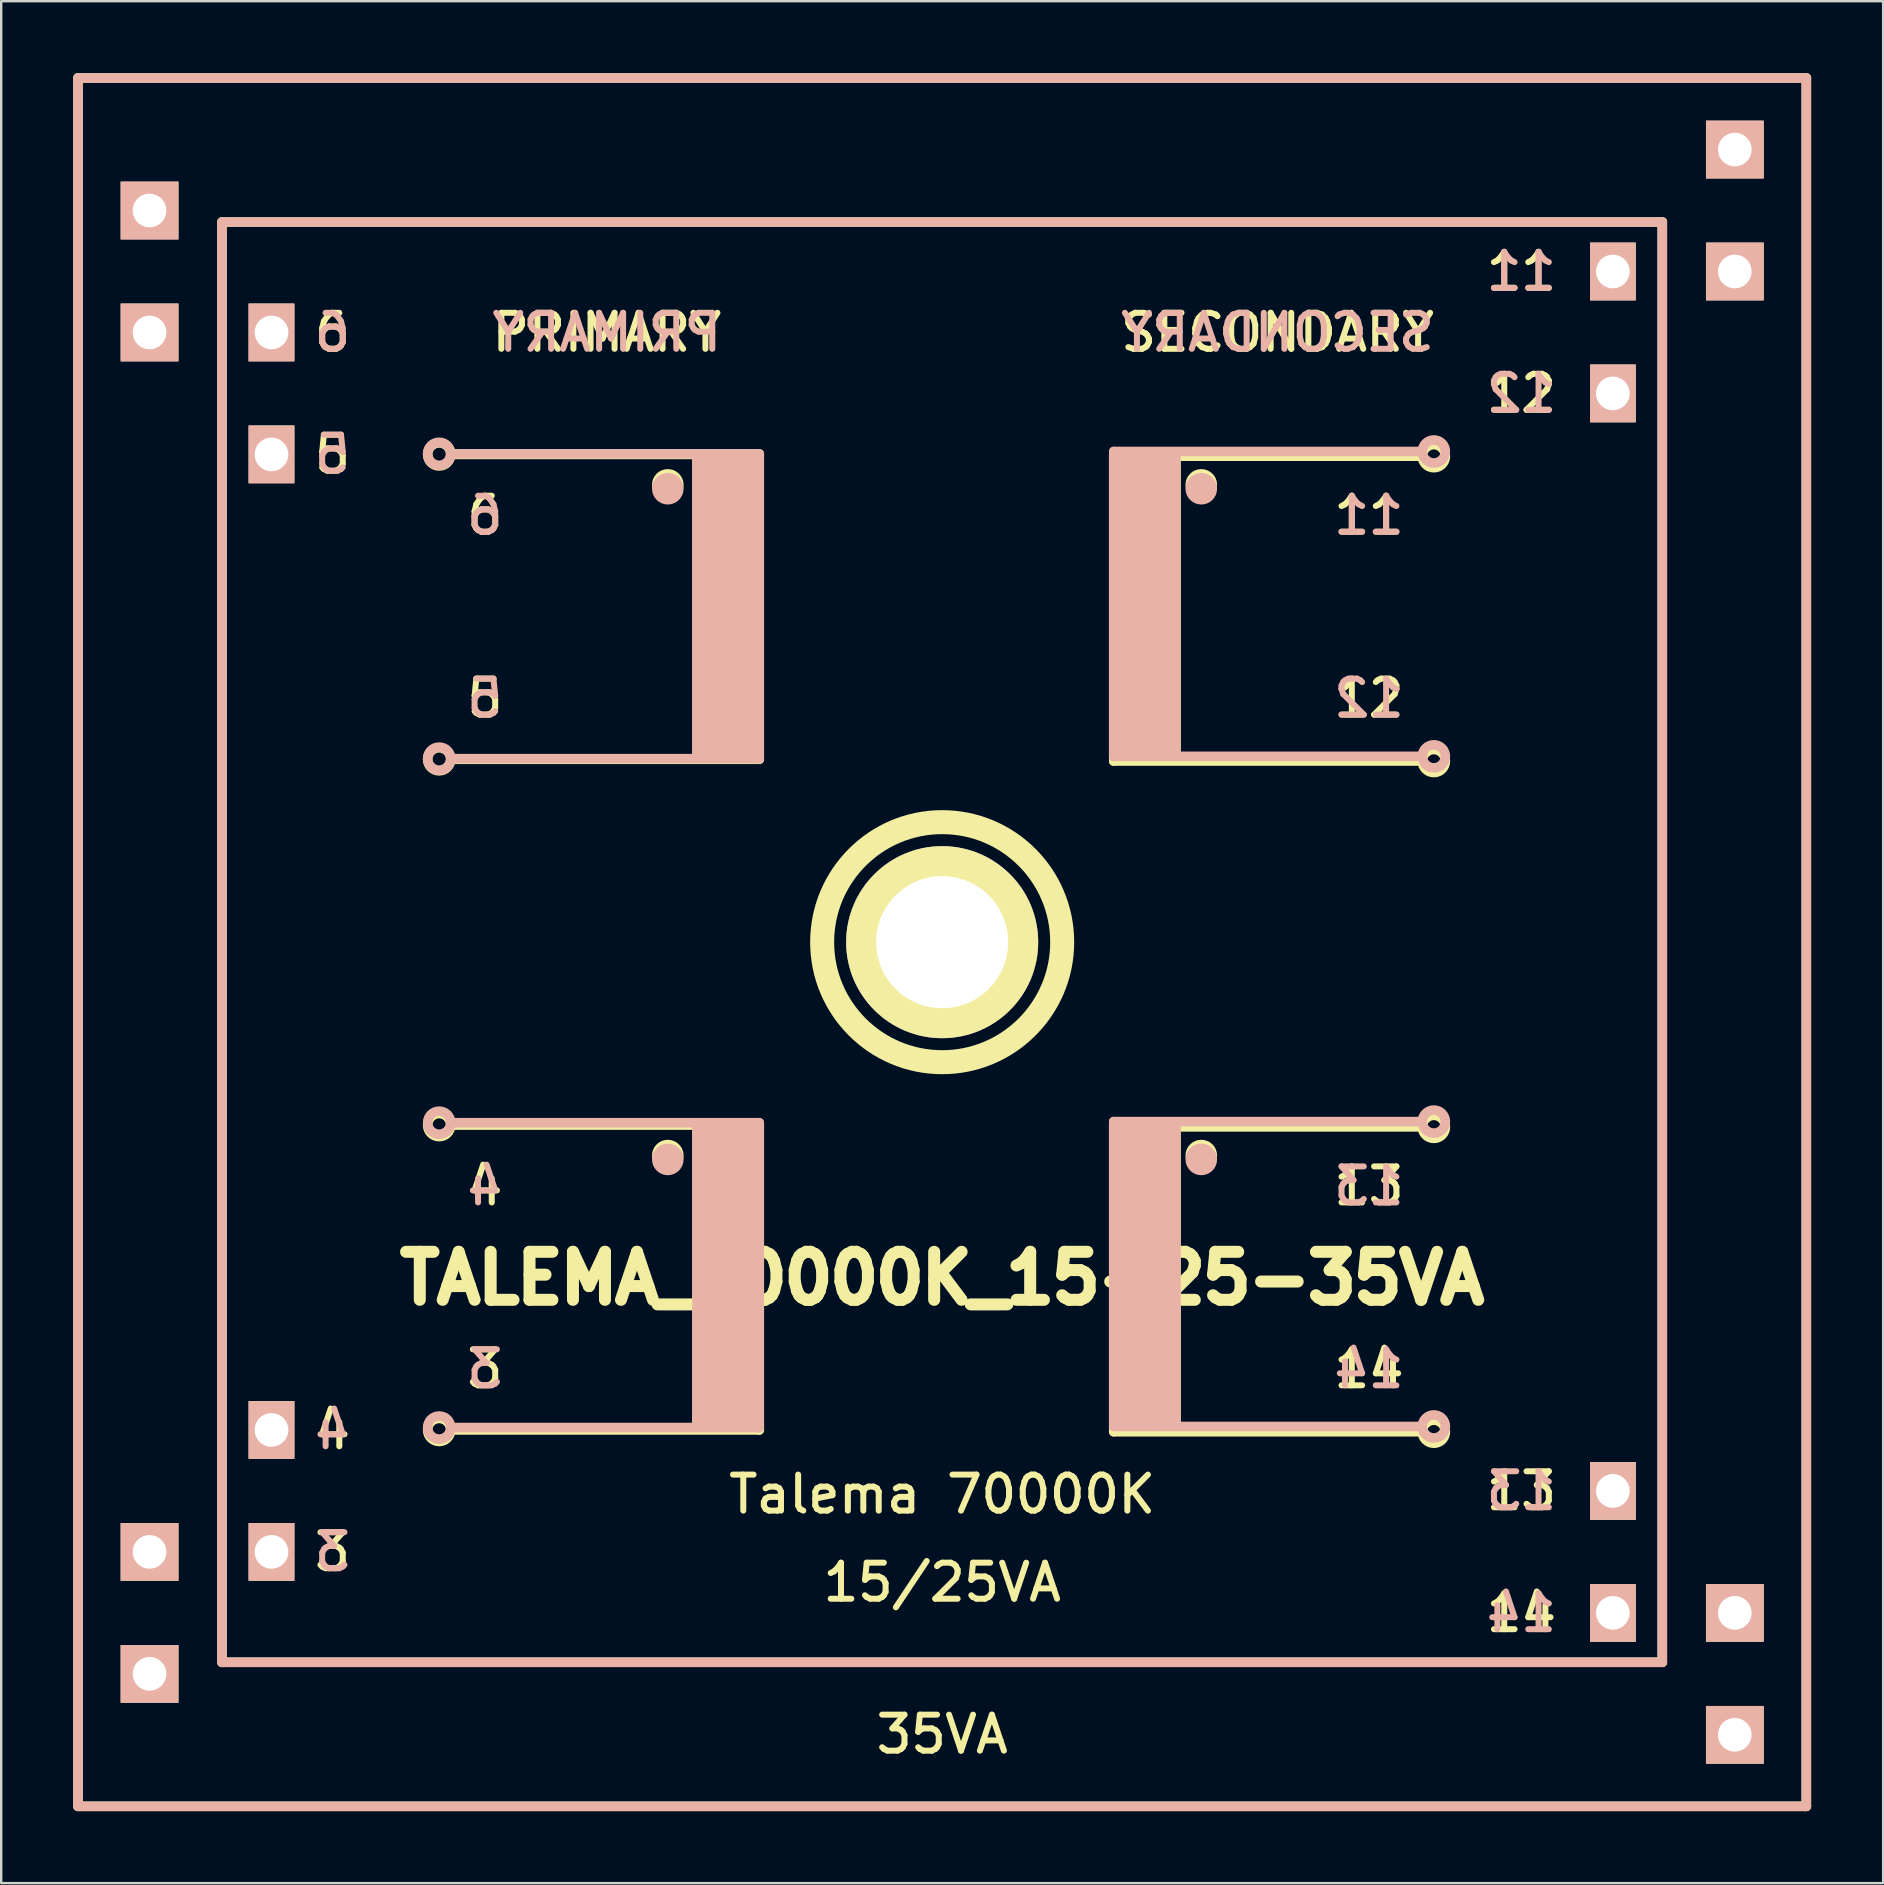
<source format=kicad_pcb>
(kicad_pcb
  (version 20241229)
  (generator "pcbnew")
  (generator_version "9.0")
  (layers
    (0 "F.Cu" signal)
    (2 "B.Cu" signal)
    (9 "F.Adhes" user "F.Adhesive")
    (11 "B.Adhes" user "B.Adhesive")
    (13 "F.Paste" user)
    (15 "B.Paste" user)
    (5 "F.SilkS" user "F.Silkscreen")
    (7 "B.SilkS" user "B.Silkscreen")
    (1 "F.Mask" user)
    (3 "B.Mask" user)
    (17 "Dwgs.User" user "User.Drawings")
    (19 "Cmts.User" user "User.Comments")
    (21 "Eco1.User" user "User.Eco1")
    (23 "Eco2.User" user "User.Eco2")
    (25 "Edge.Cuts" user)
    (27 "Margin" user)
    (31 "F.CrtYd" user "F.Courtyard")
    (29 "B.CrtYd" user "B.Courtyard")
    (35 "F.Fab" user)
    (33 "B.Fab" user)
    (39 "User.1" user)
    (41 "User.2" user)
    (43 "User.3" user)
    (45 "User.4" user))
  (footprint "TALEMA_70000K_15-25-35VA"
    (layer "F.Cu")
    (at 36.2 36.2)
    (property "Reference" "TALEMA_70000K_15-25-35VA" (at 0 14 0) (layer "F.SilkS") (effects (font (size 2 2) (thickness 0.5))))
    (attr through_hole)
    (fp_line (start -36 -36) (end 36 -36) (stroke (width 0.4) (type solid)) (layer "F.SilkS"))
    (fp_line (start -36 36) (end -36 -36) (stroke (width 0.4) (type solid)) (layer "F.SilkS"))
    (fp_line (start -30 -30) (end 30 -30) (stroke (width 0.4) (type solid)) (layer "F.SilkS"))
    (fp_line (start -30 30) (end -30 -30) (stroke (width 0.4) (type solid)) (layer "F.SilkS"))
    (fp_line (start -20.32 -20.32) (end -7.62 -20.32) (stroke (width 0.4) (type solid)) (layer "F.SilkS"))
    (fp_line (start -20.32 7.62) (end -7.62 7.62) (stroke (width 0.4) (type solid)) (layer "F.SilkS"))
    (fp_line (start -11.43 -19.304) (end -11.43 -18.796) (stroke (width 0.4) (type solid)) (layer "F.SilkS"))
    (fp_line (start -11.43 8.636) (end -11.43 9.144) (stroke (width 0.4) (type solid)) (layer "F.SilkS"))
    (fp_line (start -10.287 -20.32) (end -10.287 -7.62) (stroke (width 0.25) (type solid)) (layer "F.SilkS"))
    (fp_line (start -10.287 7.62) (end -10.287 20.32) (stroke (width 0.25) (type solid)) (layer "F.SilkS"))
    (fp_line (start -9.525 -19.685) (end -9.525 -8.255) (stroke (width 1.57) (type solid)) (layer "F.SilkS"))
    (fp_line (start -9.525 8.255) (end -9.525 19.685) (stroke (width 1.57) (type solid)) (layer "F.SilkS"))
    (fp_line (start -8.255 -19.685) (end -8.255 -8.255) (stroke (width 1.57) (type solid)) (layer "F.SilkS"))
    (fp_line (start -8.255 8.255) (end -8.255 19.685) (stroke (width 1.57) (type solid)) (layer "F.SilkS"))
    (fp_line (start -7.62 -20.32) (end -7.62 -7.62) (stroke (width 0.4) (type solid)) (layer "F.SilkS"))
    (fp_line (start -7.62 -7.62) (end -20.32 -7.62) (stroke (width 0.4) (type solid)) (layer "F.SilkS"))
    (fp_line (start -7.62 7.62) (end -7.62 20.32) (stroke (width 0.4) (type solid)) (layer "F.SilkS"))
    (fp_line (start -7.62 20.32) (end -20.32 20.32) (stroke (width 0.4) (type solid)) (layer "F.SilkS"))
    (fp_line (start 7.148 -20.246) (end 19.848 -20.246) (stroke (width 0.4) (type solid)) (layer "F.SilkS"))
    (fp_line (start 7.148 -7.546) (end 7.148 -20.246) (stroke (width 0.4) (type solid)) (layer "F.SilkS"))
    (fp_line (start 7.148 7.694) (end 19.848 7.694) (stroke (width 0.4) (type solid)) (layer "F.SilkS"))
    (fp_line (start 7.148 20.394) (end 7.148 7.694) (stroke (width 0.4) (type solid)) (layer "F.SilkS"))
    (fp_line (start 7.783 -8.181) (end 7.783 -19.611) (stroke (width 1.57) (type solid)) (layer "F.SilkS"))
    (fp_line (start 7.783 19.759) (end 7.783 8.329) (stroke (width 1.57) (type solid)) (layer "F.SilkS"))
    (fp_line (start 9.053 -8.181) (end 9.053 -19.611) (stroke (width 1.57) (type solid)) (layer "F.SilkS"))
    (fp_line (start 9.053 19.759) (end 9.053 8.329) (stroke (width 1.57) (type solid)) (layer "F.SilkS"))
    (fp_line (start 9.815 -7.546) (end 9.815 -20.246) (stroke (width 0.25) (type solid)) (layer "F.SilkS"))
    (fp_line (start 9.815 20.394) (end 9.815 7.694) (stroke (width 0.25) (type solid)) (layer "F.SilkS"))
    (fp_line (start 10.795 -19.304) (end 10.795 -18.796) (stroke (width 0.4) (type solid)) (layer "F.SilkS"))
    (fp_line (start 10.795 8.636) (end 10.795 9.144) (stroke (width 0.4) (type solid)) (layer "F.SilkS"))
    (fp_line (start 19.848 -7.546) (end 7.148 -7.546) (stroke (width 0.4) (type solid)) (layer "F.SilkS"))
    (fp_line (start 19.848 20.394) (end 7.148 20.394) (stroke (width 0.4) (type solid)) (layer "F.SilkS"))
    (fp_line (start 30 -30) (end 30 30) (stroke (width 0.4) (type solid)) (layer "F.SilkS"))
    (fp_line (start 30 30) (end -30 30) (stroke (width 0.4) (type solid)) (layer "F.SilkS"))
    (fp_line (start 36 -36) (end 36 36) (stroke (width 0.4) (type solid)) (layer "F.SilkS"))
    (fp_line (start 36 36) (end -36 36) (stroke (width 0.4) (type solid)) (layer "F.SilkS"))
    (fp_circle (center -20.955 -20.32) (end -20.935 -20.8) (stroke (width 0.4) (type solid)) (fill no) (layer "F.SilkS"))
    (fp_circle (center -20.955 -7.62) (end -20.935 -8.1) (stroke (width 0.4) (type solid)) (fill no) (layer "F.SilkS"))
    (fp_circle (center -20.955 7.62) (end -20.935 7.14) (stroke (width 0.4) (type solid)) (fill no) (layer "F.SilkS"))
    (fp_circle (center -20.955 20.32) (end -20.935 19.84) (stroke (width 0.4) (type solid)) (fill no) (layer "F.SilkS"))
    (fp_circle (center -11.43 -19.05) (end -11.176 -19.05) (stroke (width 0.3) (type solid)) (fill no) (layer "F.SilkS"))
    (fp_circle (center -11.43 -19.05) (end -10.922 -19.05) (stroke (width 0.3) (type solid)) (fill no) (layer "F.SilkS"))
    (fp_circle (center -11.43 8.89) (end -11.176 8.89) (stroke (width 0.3) (type solid)) (fill no) (layer "F.SilkS"))
    (fp_circle (center -11.43 8.89) (end -10.922 8.89) (stroke (width 0.3) (type solid)) (fill no) (layer "F.SilkS"))
    (fp_circle (center 0 0) (end 0 -5) (stroke (width 1) (type solid)) (fill no) (layer "F.SilkS"))
    (fp_circle (center 10.795 -19.05) (end 11.049 -19.05) (stroke (width 0.3) (type solid)) (fill no) (layer "F.SilkS"))
    (fp_circle (center 10.795 -19.05) (end 11.303 -19.05) (stroke (width 0.3) (type solid)) (fill no) (layer "F.SilkS"))
    (fp_circle (center 10.795 8.89) (end 11.049 8.89) (stroke (width 0.3) (type solid)) (fill no) (layer "F.SilkS"))
    (fp_circle (center 10.795 8.89) (end 11.303 8.89) (stroke (width 0.3) (type solid)) (fill no) (layer "F.SilkS"))
    (fp_circle (center 20.483 -20.246) (end 20.463 -19.766) (stroke (width 0.4) (type solid)) (fill no) (layer "F.SilkS"))
    (fp_circle (center 20.483 -7.546) (end 20.463 -7.066) (stroke (width 0.4) (type solid)) (fill no) (layer "F.SilkS"))
    (fp_circle (center 20.483 7.694) (end 20.463 8.174) (stroke (width 0.4) (type solid)) (fill no) (layer "F.SilkS"))
    (fp_circle (center 20.483 20.394) (end 20.463 20.874) (stroke (width 0.4) (type solid)) (fill no) (layer "F.SilkS"))
    (fp_line (start -36 -36) (end 36 -36) (stroke (width 0.4) (type solid)) (layer "B.SilkS"))
    (fp_line (start -36 36) (end -36 -36) (stroke (width 0.4) (type solid)) (layer "B.SilkS"))
    (fp_line (start -30 -30) (end 30 -30) (stroke (width 0.4) (type solid)) (layer "B.SilkS"))
    (fp_line (start -30 30) (end -30 -30) (stroke (width 0.4) (type solid)) (layer "B.SilkS"))
    (fp_line (start -20.32 -7.645) (end -7.62 -7.645) (stroke (width 0.4) (type solid)) (layer "B.SilkS"))
    (fp_line (start -20.32 20.221) (end -7.62 20.221) (stroke (width 0.4) (type solid)) (layer "B.SilkS"))
    (fp_line (start -11.43 -18.636) (end -11.43 -19.144) (stroke (width 0.4) (type solid)) (layer "B.SilkS"))
    (fp_line (start -11.43 9.304) (end -11.43 8.796) (stroke (width 0.4) (type solid)) (layer "B.SilkS"))
    (fp_line (start -10.287 -7.645) (end -10.287 -20.345) (stroke (width 0.25) (type solid)) (layer "B.SilkS"))
    (fp_line (start -10.287 20.221) (end -10.287 7.521) (stroke (width 0.25) (type solid)) (layer "B.SilkS"))
    (fp_line (start -9.525 -8.28) (end -9.525 -19.71) (stroke (width 1.57) (type solid)) (layer "B.SilkS"))
    (fp_line (start -9.525 19.586) (end -9.525 8.156) (stroke (width 1.57) (type solid)) (layer "B.SilkS"))
    (fp_line (start -8.255 -8.28) (end -8.255 -19.71) (stroke (width 1.57) (type solid)) (layer "B.SilkS"))
    (fp_line (start -8.255 19.586) (end -8.255 8.156) (stroke (width 1.57) (type solid)) (layer "B.SilkS"))
    (fp_line (start -7.62 -20.345) (end -20.32 -20.345) (stroke (width 0.4) (type solid)) (layer "B.SilkS"))
    (fp_line (start -7.62 -7.645) (end -7.62 -20.345) (stroke (width 0.4) (type solid)) (layer "B.SilkS"))
    (fp_line (start -7.62 7.521) (end -20.32 7.521) (stroke (width 0.4) (type solid)) (layer "B.SilkS"))
    (fp_line (start -7.62 20.221) (end -7.62 7.521) (stroke (width 0.4) (type solid)) (layer "B.SilkS"))
    (fp_line (start 7.148 -20.441) (end 7.148 -7.741) (stroke (width 0.4) (type solid)) (layer "B.SilkS"))
    (fp_line (start 7.148 -7.741) (end 19.848 -7.741) (stroke (width 0.4) (type solid)) (layer "B.SilkS"))
    (fp_line (start 7.148 7.475) (end 7.148 20.175) (stroke (width 0.4) (type solid)) (layer "B.SilkS"))
    (fp_line (start 7.148 20.175) (end 19.848 20.175) (stroke (width 0.4) (type solid)) (layer "B.SilkS"))
    (fp_line (start 7.783 -19.806) (end 7.783 -8.376) (stroke (width 1.57) (type solid)) (layer "B.SilkS"))
    (fp_line (start 7.783 8.11) (end 7.783 19.54) (stroke (width 1.57) (type solid)) (layer "B.SilkS"))
    (fp_line (start 9.053 -19.806) (end 9.053 -8.376) (stroke (width 1.57) (type solid)) (layer "B.SilkS"))
    (fp_line (start 9.053 8.11) (end 9.053 19.54) (stroke (width 1.57) (type solid)) (layer "B.SilkS"))
    (fp_line (start 9.815 -20.441) (end 9.815 -7.741) (stroke (width 0.25) (type solid)) (layer "B.SilkS"))
    (fp_line (start 9.815 7.475) (end 9.815 20.175) (stroke (width 0.25) (type solid)) (layer "B.SilkS"))
    (fp_line (start 10.795 -18.636) (end 10.795 -19.144) (stroke (width 0.4) (type solid)) (layer "B.SilkS"))
    (fp_line (start 10.795 9.304) (end 10.795 8.796) (stroke (width 0.4) (type solid)) (layer "B.SilkS"))
    (fp_line (start 19.848 -20.441) (end 7.148 -20.441) (stroke (width 0.4) (type solid)) (layer "B.SilkS"))
    (fp_line (start 19.848 7.475) (end 7.148 7.475) (stroke (width 0.4) (type solid)) (layer "B.SilkS"))
    (fp_line (start 30 30) (end -30 30) (stroke (width 0.4) (type solid)) (layer "B.SilkS"))
    (fp_line (start 30 30) (end 30 -30) (stroke (width 0.4) (type solid)) (layer "B.SilkS"))
    (fp_line (start 36 -36) (end 36 36) (stroke (width 0.4) (type solid)) (layer "B.SilkS"))
    (fp_line (start 36 36) (end -36 36) (stroke (width 0.4) (type solid)) (layer "B.SilkS"))
    (fp_circle (center -20.955 -20.345) (end -20.935 -19.865) (stroke (width 0.4) (type solid)) (fill no) (layer "B.SilkS"))
    (fp_circle (center -20.955 -7.645) (end -20.935 -7.165) (stroke (width 0.4) (type solid)) (fill no) (layer "B.SilkS"))
    (fp_circle (center -20.955 7.521) (end -20.935 8.001) (stroke (width 0.4) (type solid)) (fill no) (layer "B.SilkS"))
    (fp_circle (center -20.955 20.221) (end -20.935 20.701) (stroke (width 0.4) (type solid)) (fill no) (layer "B.SilkS"))
    (fp_circle (center -11.43 -18.89) (end -11.176 -18.89) (stroke (width 0.3) (type solid)) (fill no) (layer "B.SilkS"))
    (fp_circle (center -11.43 -18.89) (end -10.922 -18.89) (stroke (width 0.3) (type solid)) (fill no) (layer "B.SilkS"))
    (fp_circle (center -11.43 9.05) (end -11.176 9.05) (stroke (width 0.3) (type solid)) (fill no) (layer "B.SilkS"))
    (fp_circle (center -11.43 9.05) (end -10.922 9.05) (stroke (width 0.3) (type solid)) (fill no) (layer "B.SilkS"))
    (fp_circle (center 10.795 -18.89) (end 11.049 -18.89) (stroke (width 0.3) (type solid)) (fill no) (layer "B.SilkS"))
    (fp_circle (center 10.795 -18.89) (end 11.303 -18.89) (stroke (width 0.3) (type solid)) (fill no) (layer "B.SilkS"))
    (fp_circle (center 10.795 9.05) (end 11.049 9.05) (stroke (width 0.3) (type solid)) (fill no) (layer "B.SilkS"))
    (fp_circle (center 10.795 9.05) (end 11.303 9.05) (stroke (width 0.3) (type solid)) (fill no) (layer "B.SilkS"))
    (fp_circle (center 20.483 -20.441) (end 20.463 -20.921) (stroke (width 0.4) (type solid)) (fill no) (layer "B.SilkS"))
    (fp_circle (center 20.483 -7.741) (end 20.463 -8.221) (stroke (width 0.4) (type solid)) (fill no) (layer "B.SilkS"))
    (fp_circle (center 20.483 7.475) (end 20.463 6.995) (stroke (width 0.4) (type solid)) (fill no) (layer "B.SilkS"))
    (fp_circle (center 20.483 20.175) (end 20.463 19.695) (stroke (width 0.4) (type solid)) (fill no) (layer "B.SilkS"))
    (fp_text user "Talema 70000K" (at 0 23 0) (layer "F.SilkS") (effects (font (size 1.5 1.5) (thickness 0.25))))
    (fp_text user "11" (at 24.13 -27.94 0) (layer "F.SilkS") (effects (font (size 1.5 1.5) (thickness 0.25))))
    (fp_text user "PRIMARY" (at -13.97 -25.4 0) (layer "F.SilkS") (effects (font (size 1.5 1.5) (thickness 0.25))))
    (fp_text user "5" (at -25.4 -20.32 0) (layer "F.SilkS") (effects (font (size 1.5 1.5) (thickness 0.25))))
    (fp_text user "4" (at -25.4 20.32 0) (layer "F.SilkS") (effects (font (size 1.5 1.5) (thickness 0.25))))
    (fp_text user "5" (at -19.05 -10.16 0) (layer "F.SilkS") (effects (font (size 1.5 1.5) (thickness 0.25))))
    (fp_text user "13" (at 17.78 10.16 0) (layer "F.SilkS") (effects (font (size 1.5 1.5) (thickness 0.25))))
    (fp_text user "14" (at 24.13 27.94 0) (layer "F.SilkS") (effects (font (size 1.5 1.5) (thickness 0.25))))
    (fp_text user "6" (at -25.4 -25.4 0) (layer "F.SilkS") (effects (font (size 1.5 1.5) (thickness 0.25))))
    (fp_text user "13" (at 24.13 22.86 0) (layer "F.SilkS") (effects (font (size 1.5 1.5) (thickness 0.25))))
    (fp_text user "4" (at -19.05 10.16 0) (layer "F.SilkS") (effects (font (size 1.5 1.5) (thickness 0.25))))
    (fp_text user "6" (at -19.05 -17.78 0) (layer "F.SilkS") (effects (font (size 1.5 1.5) (thickness 0.25))))
    (fp_text user "SECONDARY" (at 13.97 -25.4 0) (layer "F.SilkS") (effects (font (size 1.5 1.5) (thickness 0.25))))
    (fp_text user "11" (at 17.78 -17.78 0) (layer "F.SilkS") (effects (font (size 1.5 1.5) (thickness 0.25))))
    (fp_text user "12" (at 17.78 -10.16 0) (layer "F.SilkS") (effects (font (size 1.5 1.5) (thickness 0.25))))
    (fp_text user "12" (at 24.13 -22.86 0) (layer "F.SilkS") (effects (font (size 1.5 1.5) (thickness 0.25))))
    (fp_text user "3" (at -25.4 25.4 0) (layer "F.SilkS") (effects (font (size 1.5 1.5) (thickness 0.25))))
    (fp_text user "3" (at -19.05 17.78 0) (layer "F.SilkS") (effects (font (size 1.5 1.5) (thickness 0.25))))
    (fp_text user "15/25VA" (at 0 26.67 0) (layer "F.SilkS") (effects (font (size 1.5 1.5) (thickness 0.25))))
    (fp_text user "14" (at 17.78 17.78 0) (layer "F.SilkS") (effects (font (size 1.5 1.5) (thickness 0.25))))
    (fp_text user "35VA" (at 0 33 0) (layer "F.SilkS") (effects (font (size 1.5 1.5) (thickness 0.25))))
    (fp_text user "3" (at -19.05 17.78 0) (layer "B.SilkS") (effects (font (size 1.5 1.5) (thickness 0.25)) (justify mirror)))
    (fp_text user "4" (at -25.4 20.32 0) (layer "B.SilkS") (effects (font (size 1.5 1.5) (thickness 0.25)) (justify mirror)))
    (fp_text user "6" (at -25.4 -25.4 0) (layer "B.SilkS") (effects (font (size 1.5 1.5) (thickness 0.25)) (justify mirror)))
    (fp_text user "13" (at 17.78 10.16 0) (layer "B.SilkS") (effects (font (size 1.5 1.5) (thickness 0.25)) (justify mirror)))
    (fp_text user "PRIMARY" (at -13.97 -25.4 0) (layer "B.SilkS") (effects (font (size 1.5 1.5) (thickness 0.25)) (justify mirror)))
    (fp_text user "11" (at 24.13 -27.94 0) (layer "B.SilkS") (effects (font (size 1.5 1.5) (thickness 0.25)) (justify mirror)))
    (fp_text user "11" (at 17.78 -17.78 0) (layer "B.SilkS") (effects (font (size 1.5 1.5) (thickness 0.25)) (justify mirror)))
    (fp_text user "13" (at 24.13 22.86 0) (layer "B.SilkS") (effects (font (size 1.5 1.5) (thickness 0.25)) (justify mirror)))
    (fp_text user "4" (at -19.05 10.16 0) (layer "B.SilkS") (effects (font (size 1.5 1.5) (thickness 0.25)) (justify mirror)))
    (fp_text user "5" (at -25.4 -20.32 0) (layer "B.SilkS") (effects (font (size 1.5 1.5) (thickness 0.25)) (justify mirror)))
    (fp_text user "5" (at -19.05 -10.16 0) (layer "B.SilkS") (effects (font (size 1.5 1.5) (thickness 0.25)) (justify mirror)))
    (fp_text user "14" (at 17.78 17.78 0) (layer "B.SilkS") (effects (font (size 1.5 1.5) (thickness 0.25)) (justify mirror)))
    (fp_text user "12" (at 24.13 -22.86 0) (layer "B.SilkS") (effects (font (size 1.5 1.5) (thickness 0.25)) (justify mirror)))
    (fp_text user "12" (at 17.78 -10.16 0) (layer "B.SilkS") (effects (font (size 1.5 1.5) (thickness 0.25)) (justify mirror)))
    (fp_text user "3" (at -25.4 25.4 0) (layer "B.SilkS") (effects (font (size 1.5 1.5) (thickness 0.25)) (justify mirror)))
    (fp_text user "6" (at -19.05 -17.78 0) (layer "B.SilkS") (effects (font (size 1.5 1.5) (thickness 0.25)) (justify mirror)))
    (fp_text user "14" (at 24.13 27.94 0) (layer "B.SilkS") (effects (font (size 1.5 1.5) (thickness 0.25)) (justify mirror)))
    (fp_text user "SECONDARY" (at 13.97 -25.4 0) (layer "B.SilkS") (effects (font (size 1.5 1.5) (thickness 0.25)) (justify mirror)))
    (pad "" thru_hole circle (at 0 0) (size 8 8) (drill 5.5) (layers "*.Cu" "*.Mask" "F.SilkS"))
    (pad "3" thru_hole rect (at -33.02 30.48) (size 2.4 2.4) (drill 1.4) (layers "*.Cu" "*.SilkS" "*.Mask"))
    (pad "3" thru_hole rect (at -27.94 25.4) (size 1.9 2.4) (drill 1.4) (layers "*.Cu" "*.SilkS" "*.Mask"))
    (pad "4" thru_hole rect (at -33.02 25.4) (size 2.4 2.4) (drill 1.4) (layers "*.Cu" "*.SilkS" "*.Mask"))
    (pad "4" thru_hole rect (at -27.94 20.32) (size 1.9 2.4) (drill 1.4) (layers "*.Cu" "*.SilkS" "*.Mask"))
    (pad "5" thru_hole rect (at -33.02 -25.4) (size 2.4 2.4) (drill 1.4) (layers "*.Cu" "*.SilkS" "*.Mask"))
    (pad "5" thru_hole rect (at -27.94 -20.32) (size 1.9 2.4) (drill 1.4) (layers "*.Cu" "*.SilkS" "*.Mask"))
    (pad "6" thru_hole rect (at -33.02 -30.48) (size 2.4 2.4) (drill 1.4) (layers "*.Cu" "*.SilkS" "*.Mask"))
    (pad "6" thru_hole rect (at -27.94 -25.4) (size 1.9 2.4) (drill 1.4) (layers "*.Cu" "*.SilkS" "*.Mask"))
    (pad "11" thru_hole rect (at 27.94 -27.94) (size 1.9 2.4) (drill 1.4) (layers "*.Cu" "*.SilkS" "*.Mask"))
    (pad "11" thru_hole rect (at 33.02 -33.02) (size 2.4 2.4) (drill 1.4) (layers "*.Cu" "*.SilkS" "*.Mask"))
    (pad "12" thru_hole rect (at 27.94 -22.86) (size 1.9 2.4) (drill 1.4) (layers "*.Cu" "*.SilkS" "*.Mask"))
    (pad "12" thru_hole rect (at 33.02 -27.94) (size 2.4 2.4) (drill 1.4) (layers "*.Cu" "*.SilkS" "*.Mask"))
    (pad "13" thru_hole rect (at 27.94 22.86) (size 1.9 2.4) (drill 1.4) (layers "*.Cu" "*.SilkS" "*.Mask"))
    (pad "13" thru_hole rect (at 33.02 27.94) (size 2.4 2.4) (drill 1.4) (layers "*.Cu" "*.SilkS" "*.Mask"))
    (pad "14" thru_hole rect (at 27.94 27.94) (size 1.9 2.4) (drill 1.4) (layers "*.Cu" "*.SilkS" "*.Mask"))
    (pad "14" thru_hole rect (at 33.02 33.02) (size 2.4 2.4) (drill 1.4) (layers "*.Cu" "*.SilkS" "*.Mask")))
  (gr_rect
    (start -3 -3)
    (end 75.4 75.4)
    (stroke (width 0.1) (type default))
    (fill no)
    (layer "Edge.Cuts")))
</source>
